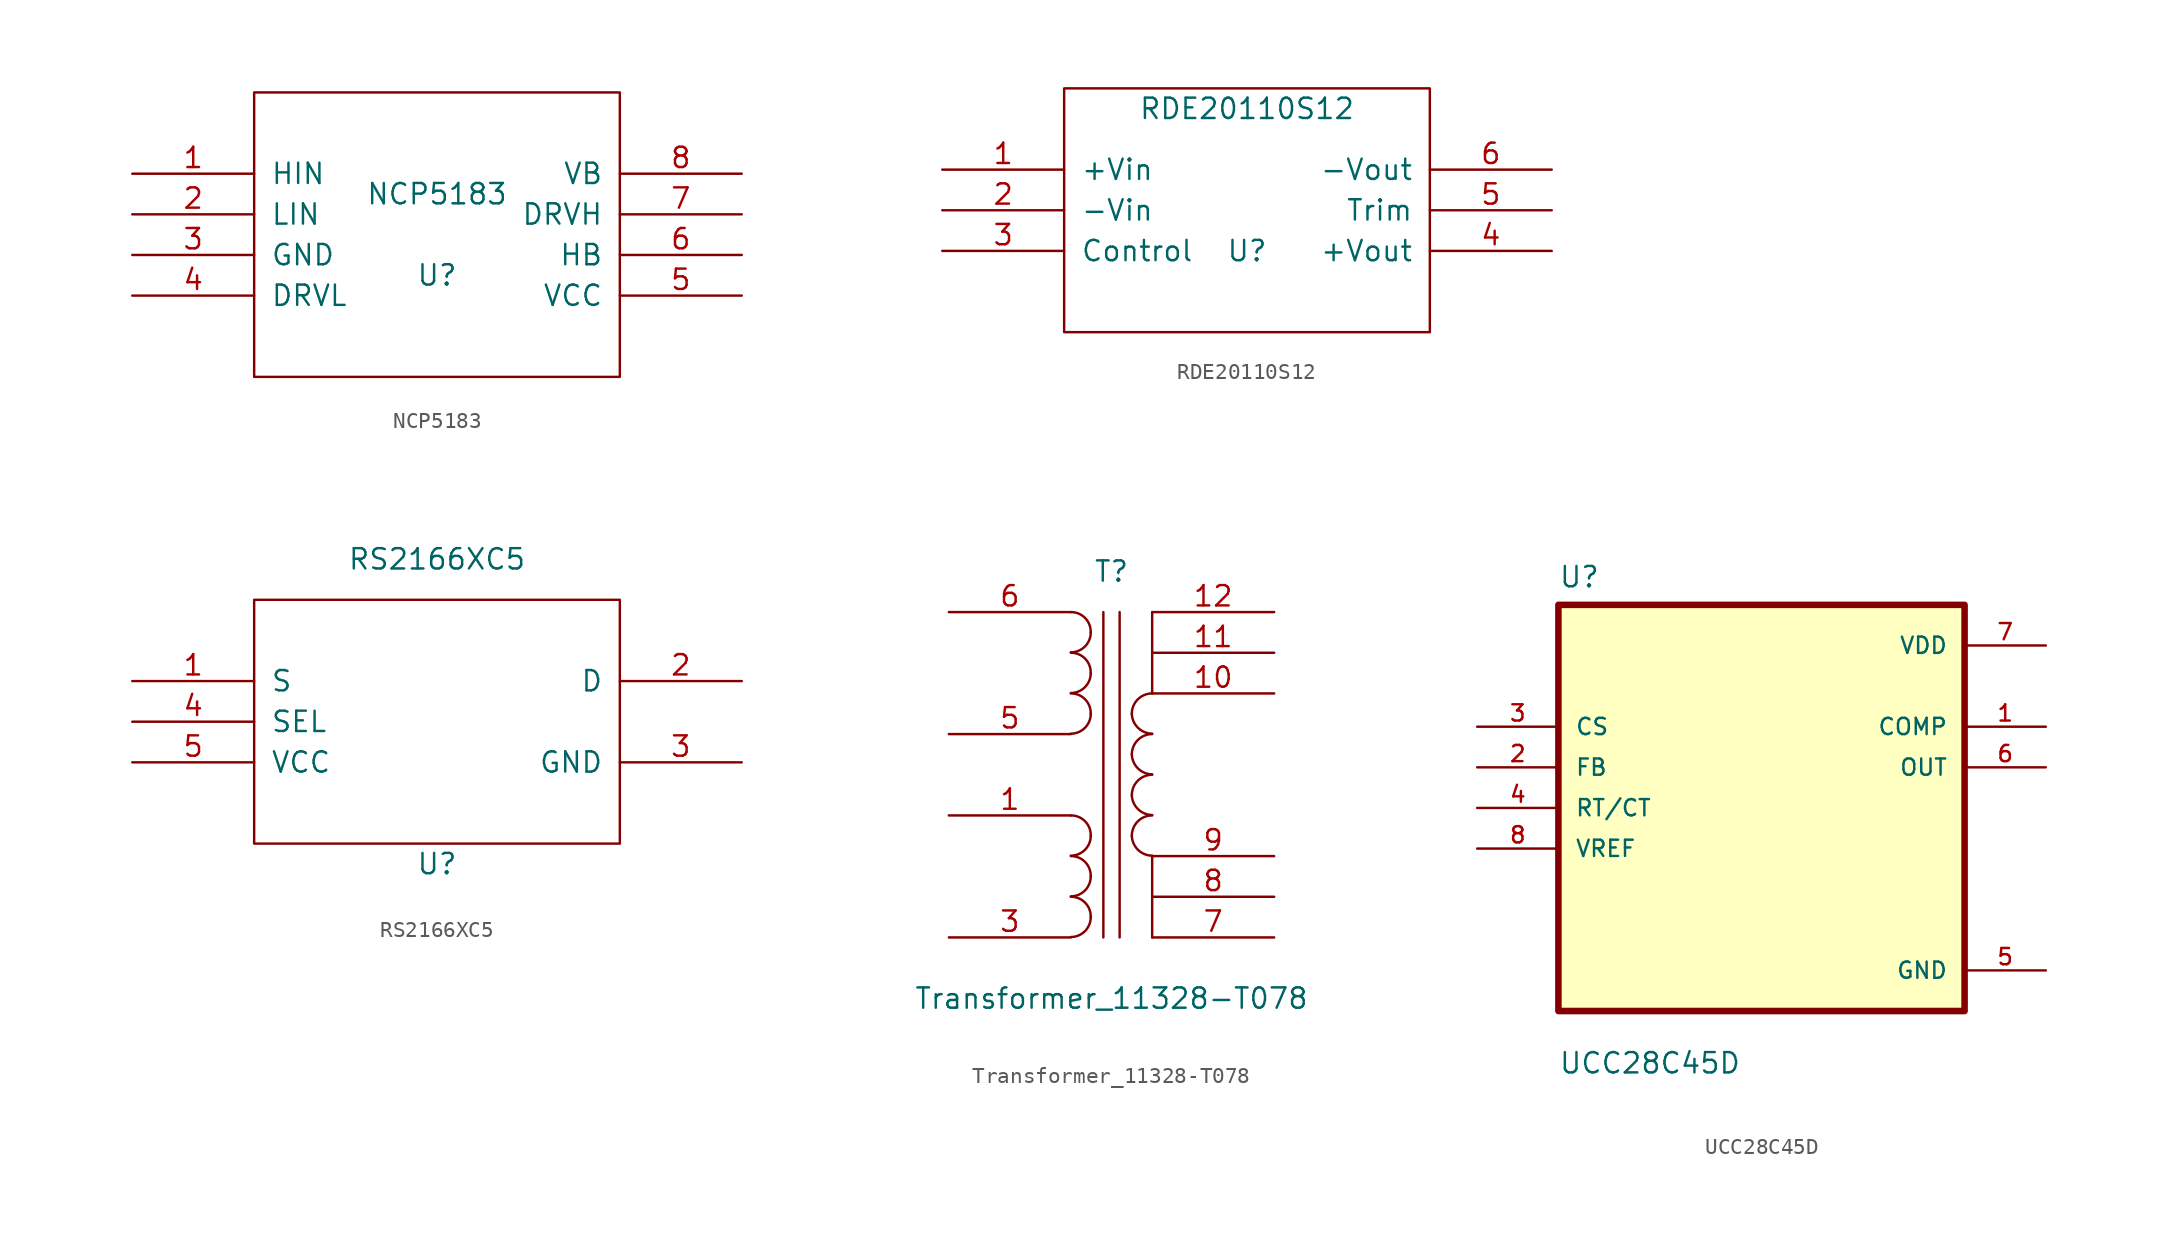
<source format=kicad_sym>
(kicad_symbol_lib
  (version 20220914)
  (generator kicad_symbol_editor)
  (symbol "NCP5183"
    (pin_names
      (offset 1.016))
    (property "Reference" "U"
      (at 0 -2.54 0)
      (effects (font (size 1.27 1.27))))
    (property "Value" "NCP5183"
      (at 0 2.54 0)
      (effects (font (size 1.27 1.27))))
    (symbol "NCP5183_1_0"
      (rectangle (start -11.43 -8.89) (end 11.43 8.89) (stroke (width 0) (type solid)) (fill (type none))))
    (symbol "NCP5183_1_1"
      (pin input line (at -19.05 3.81 0) (length 7.62) (name "HIN" (effects (font (size 1.27 1.27)))) (number "1" (effects (font (size 1.27 1.27)))))
      (pin input line (at -19.05 1.27 0) (length 7.62) (name "LIN" (effects (font (size 1.27 1.27)))) (number "2" (effects (font (size 1.27 1.27)))))
      (pin input line (at -19.05 -1.27 0) (length 7.62) (name "GND" (effects (font (size 1.27 1.27)))) (number "3" (effects (font (size 1.27 1.27)))))
      (pin input line (at -19.05 -3.81 0) (length 7.62) (name "DRVL" (effects (font (size 1.27 1.27)))) (number "4" (effects (font (size 1.27 1.27)))))
      (pin input line (at 19.05 -3.81 180) (length 7.62) (name "VCC" (effects (font (size 1.27 1.27)))) (number "5" (effects (font (size 1.27 1.27)))))
      (pin input line (at 19.05 -1.27 180) (length 7.62) (name "HB" (effects (font (size 1.27 1.27)))) (number "6" (effects (font (size 1.27 1.27)))))
      (pin input line (at 19.05 1.27 180) (length 7.62) (name "DRVH" (effects (font (size 1.27 1.27)))) (number "7" (effects (font (size 1.27 1.27)))))
      (pin input line (at 19.05 3.81 180) (length 7.62) (name "VB" (effects (font (size 1.27 1.27)))) (number "8" (effects (font (size 1.27 1.27)))))))
  (symbol "RDE20110S12"
    (pin_names
      (offset 1.016))
    (property "Reference" "U"
      (at 0 -2.54 0)
      (effects (font (size 1.27 1.27))))
    (property "Value" "RDE20110S12"
      (at 0 6.35 0)
      (effects (font (size 1.27 1.27))))
    (symbol "RDE20110S12_1_0"
      (rectangle (start -11.43 -7.62) (end 11.43 7.62) (stroke (width 0) (type solid)) (fill (type none))))
    (symbol "RDE20110S12_1_1"
      (pin input line (at -19.05 2.54 0) (length 7.62) (name "+Vin" (effects (font (size 1.27 1.27)))) (number "1" (effects (font (size 1.27 1.27)))))
      (pin input line (at -19.05 0 0) (length 7.62) (name "-Vin" (effects (font (size 1.27 1.27)))) (number "2" (effects (font (size 1.27 1.27)))))
      (pin input line (at -19.05 -2.54 0) (length 7.62) (name "Control" (effects (font (size 1.27 1.27)))) (number "3" (effects (font (size 1.27 1.27)))))
      (pin input line (at 19.05 -2.54 180) (length 7.62) (name "+Vout" (effects (font (size 1.27 1.27)))) (number "4" (effects (font (size 1.27 1.27)))))
      (pin input line (at 19.05 0 180) (length 7.62) (name "Trim" (effects (font (size 1.27 1.27)))) (number "5" (effects (font (size 1.27 1.27)))))
      (pin input line (at 19.05 2.54 180) (length 7.62) (name "-Vout" (effects (font (size 1.27 1.27)))) (number "6" (effects (font (size 1.27 1.27)))))))
  (symbol "RS2166XC5"
    (pin_names
      (offset 1.016))
    (property "Reference" "U"
      (at 0 -8.89 0)
      (effects (font (size 1.27 1.27))))
    (property "Value" "RS2166XC5"
      (at 0 10.16 0)
      (effects (font (size 1.27 1.27))))
    (symbol "RS2166XC5_1_0"
      (rectangle (start -11.43 -7.62) (end 11.43 7.62) (stroke (width 0) (type solid)) (fill (type none))))
    (symbol "RS2166XC5_1_1"
      (pin input line (at -19.05 2.54 0) (length 7.62) (name "S" (effects (font (size 1.27 1.27)))) (number "1" (effects (font (size 1.27 1.27)))))
      (pin input line (at 19.05 2.54 180) (length 7.62) (name "D" (effects (font (size 1.27 1.27)))) (number "2" (effects (font (size 1.27 1.27)))))
      (pin input line (at 19.05 -2.54 180) (length 7.62) (name "GND" (effects (font (size 1.27 1.27)))) (number "3" (effects (font (size 1.27 1.27)))))
      (pin input line (at -19.05 0 0) (length 7.62) (name "SEL" (effects (font (size 1.27 1.27)))) (number "4" (effects (font (size 1.27 1.27)))))
      (pin input line (at -19.05 -2.54 0) (length 7.62) (name "VCC" (effects (font (size 1.27 1.27)))) (number "5" (effects (font (size 1.27 1.27)))))))
  (symbol "Transformer_11328-T078"
    (pin_names
      (offset 1.016) hide)
    (property "Reference" "T"
      (at 0 12.7 0)
      (effects (font (size 1.27 1.27))))
    (property "Value" "Transformer_11328-T078"
      (at 0 -13.97 0)
      (effects (font (size 1.27 1.27))))
    (symbol "Transformer_11328-T078_0_1"
      (arc (start -2.54 -10.1346) (mid -1.6599 -9.7701) (end -1.2954 -8.89) (stroke (width 0) (type default)) (fill (type none)))
      (arc (start -2.54 -7.5946) (mid -1.6599 -7.2301) (end -1.2954 -6.35) (stroke (width 0) (type default)) (fill (type none)))
      (arc (start -2.54 -5.0546) (mid -1.6599 -4.6901) (end -1.2954 -3.81) (stroke (width 0) (type default)) (fill (type none)))
      (arc (start -2.54 2.5654) (mid -1.6599 2.9299) (end -1.2954 3.81) (stroke (width 0) (type default)) (fill (type none)))
      (arc (start -2.54 5.1054) (mid -1.6599 5.4699) (end -1.2954 6.35) (stroke (width 0) (type default)) (fill (type none)))
      (arc (start -2.54 7.6454) (mid -1.6599 8.0099) (end -1.2954 8.89) (stroke (width 0) (type default)) (fill (type none)))
      (arc (start -1.2954 -8.89) (mid -1.6457 -7.9883) (end -2.54 -7.62) (stroke (width 0) (type default)) (fill (type none)))
      (arc (start -1.2954 -6.35) (mid -1.6457 -5.4483) (end -2.54 -5.08) (stroke (width 0) (type default)) (fill (type none)))
      (arc (start -1.2954 -3.81) (mid -1.6457 -2.9083) (end -2.54 -2.54) (stroke (width 0) (type default)) (fill (type none)))
      (arc (start -1.2954 3.81) (mid -1.6457 4.7117) (end -2.54 5.08) (stroke (width 0) (type default)) (fill (type none)))
      (arc (start -1.2954 6.35) (mid -1.6457 7.2517) (end -2.54 7.62) (stroke (width 0) (type default)) (fill (type none)))
      (arc (start -1.2954 8.89) (mid -1.6457 9.7917) (end -2.54 10.16) (stroke (width 0) (type default)) (fill (type none)))
      (polyline (pts (xy -0.508 -10.16) (xy -0.508 10.16)) (stroke (width 0) (type default)) (fill (type none)))
      (polyline (pts (xy 0.508 10.16) (xy 0.508 -10.16)) (stroke (width 0) (type default)) (fill (type none)))
      (polyline (pts (xy 2.54 -5.08) (xy 2.54 -10.16)) (stroke (width 0) (type default)) (fill (type none)))
      (polyline (pts (xy 2.54 5.08) (xy 2.54 10.16)) (stroke (width 0) (type default)) (fill (type none)))
      (arc (start 1.2699 -3.8099) (mid 1.6559 -4.6863) (end 2.5399 -5.0545) (stroke (width 0) (type default)) (fill (type none)))
      (arc (start 1.2699 -1.2699) (mid 1.6559 -2.1463) (end 2.5399 -2.5145) (stroke (width 0) (type default)) (fill (type none)))
      (arc (start 1.2699 1.2701) (mid 1.6559 0.3937) (end 2.5399 0.0255) (stroke (width 0) (type default)) (fill (type none)))
      (arc (start 1.2699 3.8101) (mid 1.6559 2.9337) (end 2.5399 2.5655) (stroke (width 0) (type default)) (fill (type none)))
      (arc (start 2.5399 -2.5399) (mid 1.6419 -2.9119) (end 1.2699 -3.8099) (stroke (width 0) (type default)) (fill (type none)))
      (arc (start 2.5399 0.0001) (mid 1.6419 -0.3719) (end 1.2699 -1.2699) (stroke (width 0) (type default)) (fill (type none)))
      (arc (start 2.5399 2.5401) (mid 1.6419 2.1681) (end 1.2699 1.2701) (stroke (width 0) (type default)) (fill (type none)))
      (arc (start 2.5399 5.0801) (mid 1.6419 4.7081) (end 1.2699 3.8101) (stroke (width 0) (type default)) (fill (type none))))
    (symbol "Transformer_11328-T078_1_1"
      (pin passive line (at -10.16 -2.54 0) (length 7.62) (name "IN+" (effects (font (size 1.27 1.27)))) (number "1" (effects (font (size 1.27 1.27)))))
      (pin passive line (at 10.16 5.08 180) (length 7.62) (name "PM" (effects (font (size 1.27 1.27)))) (number "10" (effects (font (size 1.27 1.27)))))
      (pin passive line (at 10.16 7.62 180) (length 7.62) (name "PM" (effects (font (size 1.27 1.27)))) (number "11" (effects (font (size 1.27 1.27)))))
      (pin passive line (at 10.16 10.16 180) (length 7.62) (name "PM" (effects (font (size 1.27 1.27)))) (number "12" (effects (font (size 1.27 1.27)))))
      (pin passive line (at -10.16 -10.16 0) (length 7.62) (name "IN-" (effects (font (size 1.27 1.27)))) (number "3" (effects (font (size 1.27 1.27)))))
      (pin passive line (at -10.16 2.54 0) (length 7.62) (name "OUT1B" (effects (font (size 1.27 1.27)))) (number "5" (effects (font (size 1.27 1.27)))))
      (pin passive line (at -10.16 10.16 0) (length 7.62) (name "OUT2A" (effects (font (size 1.27 1.27)))) (number "6" (effects (font (size 1.27 1.27)))))
      (pin passive line (at 10.16 -10.16 180) (length 7.62) (name "OUT2B" (effects (font (size 1.27 1.27)))) (number "7" (effects (font (size 1.27 1.27)))))
      (pin passive line (at 10.16 -7.62 180) (length 7.62) (name "PM" (effects (font (size 1.27 1.27)))) (number "8" (effects (font (size 1.27 1.27)))))
      (pin passive line (at 10.16 -5.08 180) (length 7.62) (name "PM" (effects (font (size 1.27 1.27)))) (number "9" (effects (font (size 1.27 1.27)))))))
  (symbol "UCC28C45D"
    (pin_names
      (offset 1.016))
    (property "Reference" "U"
      (at -12.7 13.7 0)
      (effects (font (size 1.27 1.27)) (justify left bottom)))
    (property "Value" "UCC28C45D"
      (at -12.7 -16.7 0)
      (effects (font (size 1.27 1.27)) (justify left bottom)))
    (symbol "UCC28C45D_0_0"
      (rectangle (start -12.7 -12.7) (end 12.7 12.7) (stroke (width 0.41) (type default)) (fill (type background)))
      (pin output line (at 17.78 5.08 180) (length 5.08) (name "COMP" (effects (font (size 1.016 1.016)))) (number "1" (effects (font (size 1.016 1.016)))))
      (pin input line (at -17.78 2.54 0) (length 5.08) (name "FB" (effects (font (size 1.016 1.016)))) (number "2" (effects (font (size 1.016 1.016)))))
      (pin input line (at -17.78 5.08 0) (length 5.08) (name "CS" (effects (font (size 1.016 1.016)))) (number "3" (effects (font (size 1.016 1.016)))))
      (pin input line (at -17.78 0 0) (length 5.08) (name "RT/CT" (effects (font (size 1.016 1.016)))) (number "4" (effects (font (size 1.016 1.016)))))
      (pin power_in line (at 17.78 -10.16 180) (length 5.08) (name "GND" (effects (font (size 1.016 1.016)))) (number "5" (effects (font (size 1.016 1.016)))))
      (pin output line (at 17.78 2.54 180) (length 5.08) (name "OUT" (effects (font (size 1.016 1.016)))) (number "6" (effects (font (size 1.016 1.016)))))
      (pin power_in line (at 17.78 10.16 180) (length 5.08) (name "VDD" (effects (font (size 1.016 1.016)))) (number "7" (effects (font (size 1.016 1.016)))))
      (pin input line (at -17.78 -2.54 0) (length 5.08) (name "VREF" (effects (font (size 1.016 1.016)))) (number "8" (effects (font (size 1.016 1.016))))))))
</source>
